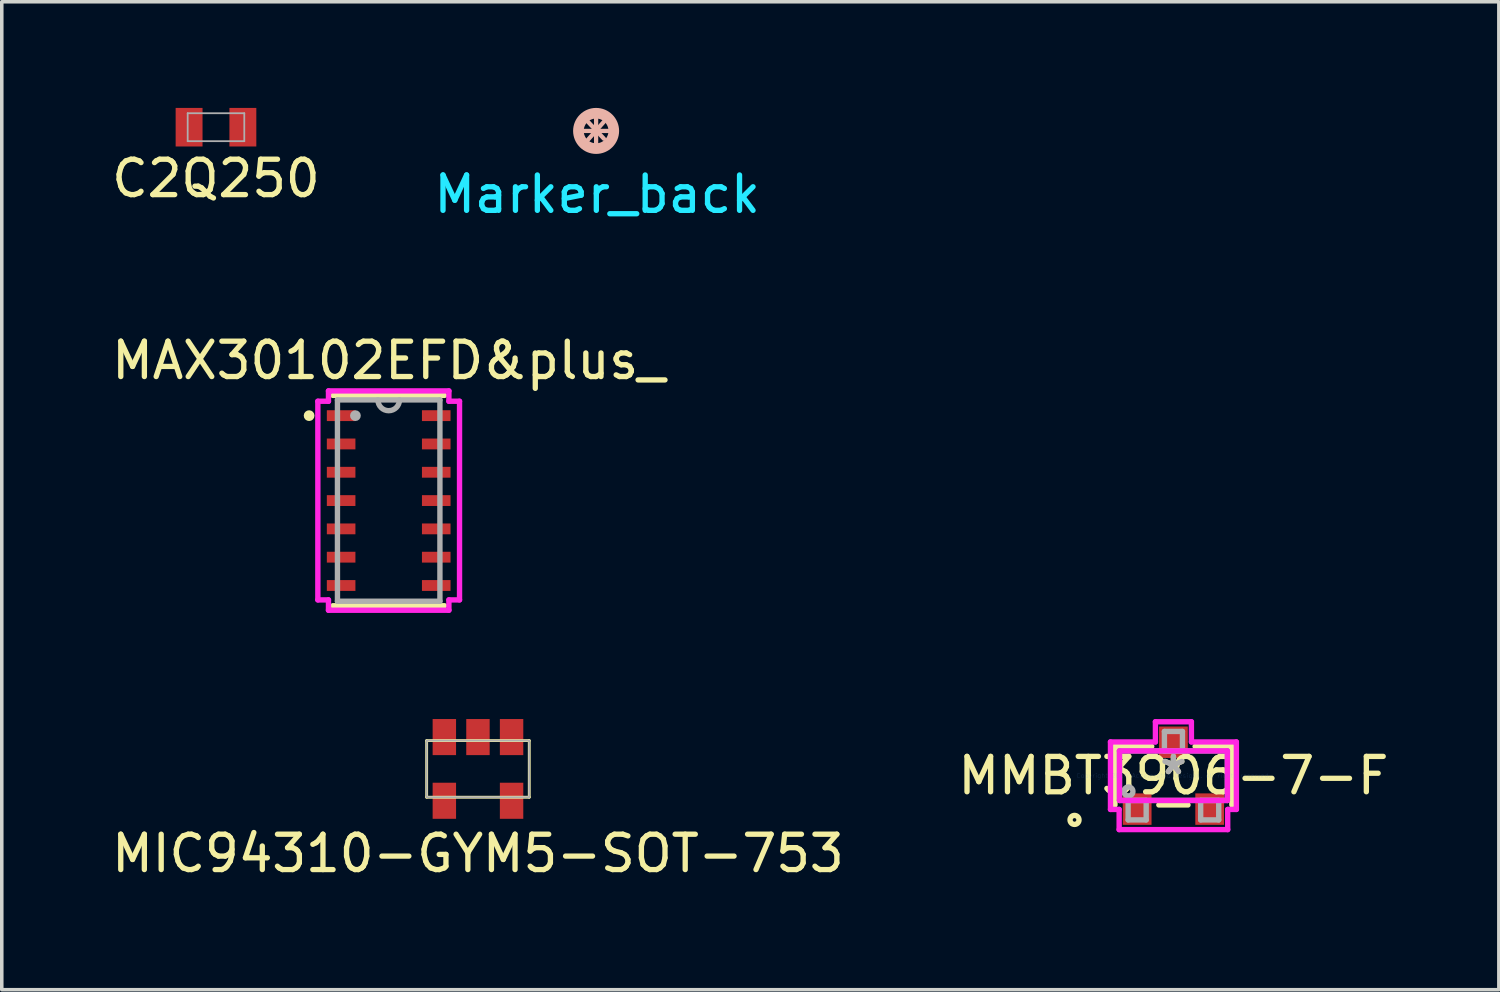
<source format=kicad_pcb>
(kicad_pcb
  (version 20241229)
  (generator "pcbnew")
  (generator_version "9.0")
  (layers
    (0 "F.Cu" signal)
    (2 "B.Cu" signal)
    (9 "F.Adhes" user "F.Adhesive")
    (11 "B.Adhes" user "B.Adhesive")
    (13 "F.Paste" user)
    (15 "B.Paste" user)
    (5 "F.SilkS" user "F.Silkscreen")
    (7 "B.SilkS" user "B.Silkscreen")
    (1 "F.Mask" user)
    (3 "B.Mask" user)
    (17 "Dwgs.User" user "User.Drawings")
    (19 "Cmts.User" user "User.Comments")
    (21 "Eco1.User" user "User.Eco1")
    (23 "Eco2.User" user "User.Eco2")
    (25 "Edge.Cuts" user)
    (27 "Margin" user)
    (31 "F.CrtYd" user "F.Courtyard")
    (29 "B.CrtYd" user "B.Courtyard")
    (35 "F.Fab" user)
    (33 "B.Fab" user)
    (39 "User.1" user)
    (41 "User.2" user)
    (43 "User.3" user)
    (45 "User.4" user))
  (footprint "MAX30102EFD&plus_"
    (layer "F.Cu")
    (at 7.935 11.097)
    (property "Reference" "MAX30102EFD&plus_" (at 0 -3.96 0) (layer "F.SilkS") (effects (font (size 1 1) (thickness 0.15))))
    (attr through_hole)
    (fp_line (start -1.575 2.972) (end 1.575 2.972) (stroke (width 0.152) (type solid)) (layer "F.SilkS"))
    (fp_line (start 1.575 -2.972) (end -1.575 -2.972) (stroke (width 0.152) (type solid)) (layer "F.SilkS"))
    (fp_circle (center -2.249 -2.4) (end -2.173 -2.4) (stroke (width 0.152) (type solid)) (fill no) (layer "F.SilkS"))
    (fp_line (start -2.002 -2.807) (end -1.702 -2.807) (stroke (width 0.152) (type solid)) (layer "F.CrtYd"))
    (fp_line (start -2.002 2.807) (end -2.002 -2.807) (stroke (width 0.152) (type solid)) (layer "F.CrtYd"))
    (fp_line (start -1.702 -3.099) (end 1.702 -3.099) (stroke (width 0.152) (type solid)) (layer "F.CrtYd"))
    (fp_line (start -1.702 -2.807) (end -1.702 -3.099) (stroke (width 0.152) (type solid)) (layer "F.CrtYd"))
    (fp_line (start -1.702 2.807) (end -2.002 2.807) (stroke (width 0.152) (type solid)) (layer "F.CrtYd"))
    (fp_line (start -1.702 3.099) (end -1.702 2.807) (stroke (width 0.152) (type solid)) (layer "F.CrtYd"))
    (fp_line (start 1.702 -3.099) (end 1.702 -2.807) (stroke (width 0.152) (type solid)) (layer "F.CrtYd"))
    (fp_line (start 1.702 -2.807) (end 2.002 -2.807) (stroke (width 0.152) (type solid)) (layer "F.CrtYd"))
    (fp_line (start 1.702 2.807) (end 1.702 3.099) (stroke (width 0.152) (type solid)) (layer "F.CrtYd"))
    (fp_line (start 1.702 3.099) (end -1.702 3.099) (stroke (width 0.152) (type solid)) (layer "F.CrtYd"))
    (fp_line (start 2.002 -2.807) (end 2.002 2.807) (stroke (width 0.152) (type solid)) (layer "F.CrtYd"))
    (fp_line (start 2.002 2.807) (end 1.702 2.807) (stroke (width 0.152) (type solid)) (layer "F.CrtYd"))
    (fp_line (start -1.448 -2.845) (end -1.448 2.845) (stroke (width 0.152) (type solid)) (layer "F.Fab"))
    (fp_line (start -1.448 2.845) (end 1.448 2.845) (stroke (width 0.152) (type solid)) (layer "F.Fab"))
    (fp_line (start 1.448 -2.845) (end -1.448 -2.845) (stroke (width 0.152) (type solid)) (layer "F.Fab"))
    (fp_line (start 1.448 2.845) (end 1.448 -2.845) (stroke (width 0.152) (type solid)) (layer "F.Fab"))
    (fp_arc (start 0.3048 -2.8448) (mid 0 -2.54) (end -0.3048 -2.8448) (stroke (width 0.1524) (type solid)) (layer "F.Fab"))
    (fp_circle (center -0.94 -2.4) (end -0.864 -2.4) (stroke (width 0.152) (type solid)) (fill no) (layer "F.Fab"))
    (pad "1" smd rect (at -1.344 -2.4) (size 0.808 0.306) (layers "F.Cu" "F.Mask" "F.Paste"))
    (pad "2" smd rect (at -1.344 -1.6) (size 0.808 0.306) (layers "F.Cu" "F.Mask" "F.Paste"))
    (pad "3" smd rect (at -1.344 -0.8) (size 0.808 0.306) (layers "F.Cu" "F.Mask" "F.Paste"))
    (pad "4" smd rect (at -1.344 0) (size 0.808 0.306) (layers "F.Cu" "F.Mask" "F.Paste"))
    (pad "5" smd rect (at -1.344 0.8) (size 0.808 0.306) (layers "F.Cu" "F.Mask" "F.Paste"))
    (pad "6" smd rect (at -1.344 1.6) (size 0.808 0.306) (layers "F.Cu" "F.Mask" "F.Paste"))
    (pad "7" smd rect (at -1.344 2.4) (size 0.808 0.306) (layers "F.Cu" "F.Mask" "F.Paste"))
    (pad "8" smd rect (at 1.344 2.4) (size 0.808 0.306) (layers "F.Cu" "F.Mask" "F.Paste"))
    (pad "9" smd rect (at 1.344 1.6) (size 0.808 0.306) (layers "F.Cu" "F.Mask" "F.Paste"))
    (pad "10" smd rect (at 1.344 0.8) (size 0.808 0.306) (layers "F.Cu" "F.Mask" "F.Paste"))
    (pad "11" smd rect (at 1.344 0) (size 0.808 0.306) (layers "F.Cu" "F.Mask" "F.Paste"))
    (pad "12" smd rect (at 1.344 -0.8) (size 0.808 0.306) (layers "F.Cu" "F.Mask" "F.Paste"))
    (pad "13" smd rect (at 1.344 -1.6) (size 0.808 0.306) (layers "F.Cu" "F.Mask" "F.Paste"))
    (pad "14" smd rect (at 1.344 -2.4) (size 0.808 0.306) (layers "F.Cu" "F.Mask" "F.Paste")))
  (footprint "C2Q250"
    (layer "F.Cu")
    (at 3.054 0.545)
    (property "Reference" "C2Q250" (at 0 1.45 0) (layer "F.SilkS") (effects (font (size 1 1) (thickness 0.15))))
    (attr through_hole)
    (fp_line (start -0.8 -0.395) (end -0.8 0.395) (stroke (width 0.05) (type solid)) (layer "F.Fab"))
    (fp_line (start -0.8 -0.395) (end 0.8 -0.395) (stroke (width 0.05) (type solid)) (layer "F.Fab"))
    (fp_line (start -0.8 0.395) (end 0.8 0.395) (stroke (width 0.05) (type solid)) (layer "F.Fab"))
    (fp_line (start 0.8 -0.395) (end 0.8 0.395) (stroke (width 0.05) (type solid)) (layer "F.Fab"))
    (pad "1" smd rect (at -0.76 0) (size 0.76 1.09) (layers "F.Cu" "F.Mask" "F.Paste"))
    (pad "2" smd rect (at 0.76 0) (size 0.76 1.09) (layers "F.Cu" "F.Mask" "F.Paste")))
  (footprint "MMBT3906-7-F"
    (layer "F.Cu")
    (at 30.113 18.872)
    (property "Reference" "MMBT3906-7-F" (at 0 0 0) (layer "F.SilkS") (effects (font (size 1 1) (thickness 0.15))))
    (attr through_hole)
    (fp_line (start -1.652 -0.827) (end -1.652 0.827) (stroke (width 0.152) (type solid)) (layer "F.SilkS"))
    (fp_line (start -0.613 -0.827) (end -1.652 -0.827) (stroke (width 0.152) (type solid)) (layer "F.SilkS"))
    (fp_line (start -0.412 0.827) (end 0.412 0.827) (stroke (width 0.152) (type solid)) (layer "F.SilkS"))
    (fp_line (start 1.652 -0.827) (end 0.613 -0.827) (stroke (width 0.152) (type solid)) (layer "F.SilkS"))
    (fp_line (start 1.652 0.827) (end 1.652 -0.827) (stroke (width 0.152) (type solid)) (layer "F.SilkS"))
    (fp_circle (center -2.795 1.25) (end -2.668 1.25) (stroke (width 0.152) (type solid)) (fill no) (layer "F.SilkS"))
    (fp_line (start -1.779 -0.954) (end -0.509 -0.954) (stroke (width 0.152) (type solid)) (layer "F.CrtYd"))
    (fp_line (start -1.779 0.954) (end -1.779 -0.954) (stroke (width 0.152) (type solid)) (layer "F.CrtYd"))
    (fp_line (start -1.534 0.954) (end -1.779 0.954) (stroke (width 0.152) (type solid)) (layer "F.CrtYd"))
    (fp_line (start -1.534 1.524) (end -1.534 0.954) (stroke (width 0.152) (type solid)) (layer "F.CrtYd"))
    (fp_line (start -1.525 -0.7) (end 1.525 -0.7) (stroke (width 0.152) (type solid)) (layer "F.CrtYd"))
    (fp_line (start -1.525 0.7) (end -1.525 -0.7) (stroke (width 0.152) (type solid)) (layer "F.CrtYd"))
    (fp_line (start -0.509 -1.524) (end 0.508 -1.524) (stroke (width 0.152) (type solid)) (layer "F.CrtYd"))
    (fp_line (start -0.509 -0.954) (end -0.509 -1.524) (stroke (width 0.152) (type solid)) (layer "F.CrtYd"))
    (fp_line (start 0.508 -1.524) (end 0.509 -0.954) (stroke (width 0.152) (type solid)) (layer "F.CrtYd"))
    (fp_line (start 0.509 -0.954) (end 1.779 -0.954) (stroke (width 0.152) (type solid)) (layer "F.CrtYd"))
    (fp_line (start 1.525 -0.7) (end 1.525 0.7) (stroke (width 0.152) (type solid)) (layer "F.CrtYd"))
    (fp_line (start 1.525 0.7) (end -1.525 0.7) (stroke (width 0.152) (type solid)) (layer "F.CrtYd"))
    (fp_line (start 1.534 0.954) (end 1.534 1.524) (stroke (width 0.152) (type solid)) (layer "F.CrtYd"))
    (fp_line (start 1.534 1.524) (end -1.534 1.524) (stroke (width 0.152) (type solid)) (layer "F.CrtYd"))
    (fp_line (start 1.779 -0.954) (end 1.779 0.954) (stroke (width 0.152) (type solid)) (layer "F.CrtYd"))
    (fp_line (start 1.779 0.954) (end 1.534 0.954) (stroke (width 0.152) (type solid)) (layer "F.CrtYd"))
    (fp_line (start -1.525 -0.7) (end -1.525 0.7) (stroke (width 0.152) (type solid)) (layer "F.Fab"))
    (fp_line (start -1.525 0.7) (end 1.525 0.7) (stroke (width 0.152) (type solid)) (layer "F.Fab"))
    (fp_line (start -1.28 0.7) (end -1.28 1.25) (stroke (width 0.152) (type solid)) (layer "F.Fab"))
    (fp_line (start -1.28 1.25) (end -0.77 1.25) (stroke (width 0.152) (type solid)) (layer "F.Fab"))
    (fp_line (start -0.77 0.7) (end -1.28 0.7) (stroke (width 0.152) (type solid)) (layer "F.Fab"))
    (fp_line (start -0.77 1.25) (end -0.77 0.7) (stroke (width 0.152) (type solid)) (layer "F.Fab"))
    (fp_line (start -0.255 -1.25) (end -0.255 -0.7) (stroke (width 0.152) (type solid)) (layer "F.Fab"))
    (fp_line (start -0.255 -0.7) (end 0.255 -0.7) (stroke (width 0.152) (type solid)) (layer "F.Fab"))
    (fp_line (start 0.255 -1.25) (end -0.255 -1.25) (stroke (width 0.152) (type solid)) (layer "F.Fab"))
    (fp_line (start 0.255 -0.7) (end 0.255 -1.25) (stroke (width 0.152) (type solid)) (layer "F.Fab"))
    (fp_line (start 0.77 0.7) (end 0.77 1.25) (stroke (width 0.152) (type solid)) (layer "F.Fab"))
    (fp_line (start 0.77 1.25) (end 1.28 1.25) (stroke (width 0.152) (type solid)) (layer "F.Fab"))
    (fp_line (start 1.28 0.7) (end 0.77 0.7) (stroke (width 0.152) (type solid)) (layer "F.Fab"))
    (fp_line (start 1.28 1.25) (end 1.28 0.7) (stroke (width 0.152) (type solid)) (layer "F.Fab"))
    (fp_line (start 1.525 -0.7) (end -1.525 -0.7) (stroke (width 0.152) (type solid)) (layer "F.Fab"))
    (fp_line (start 1.525 0.7) (end 1.525 -0.7) (stroke (width 0.152) (type solid)) (layer "F.Fab"))
    (fp_circle (center -1.271 0.446) (end -1.144 0.446) (stroke (width 0.152) (type solid)) (fill no) (layer "F.Fab"))
    (fp_text user "*" (at 0 0 0) (layer "F.SilkS") (effects (font (size 1 1) (thickness 0.15))))
    (fp_text user "Copyright 2016 Accelerated Designs. All rights reserved." (at 0 0 0) (layer "Cmts.User") (effects (font (size 0.127 0.127) (thickness 0.002))))
    (fp_text user "*" (at 0 0 0) (layer "F.Fab") (effects (font (size 1 1) (thickness 0.15))))
    (pad "1" smd rect (at -1.025 0.945) (size 0.813 0.889) (layers "F.Cu" "F.Mask" "F.Paste"))
    (pad "2" smd rect (at 1.025 0.945) (size 0.813 0.889) (layers "F.Cu" "F.Mask" "F.Paste"))
    (pad "3" smd rect (at 0 -0.945) (size 0.813 0.889) (layers "F.Cu" "F.Mask" "F.Paste")))
  (footprint "Marker_back"
    (layer "F.Cu")
    (at 13.797 0.65)
    (property "Reference" "Marker_back" (at 0.03 1.79 0) (layer "B.CrtYd") (effects (font (size 1 1) (thickness 0.15))))
    (attr through_hole)
    (fp_line (start -0.5 0) (end 0.5 0) (stroke (width 0.12) (type solid)) (layer "B.SilkS"))
    (fp_line (start -0.26 -0.29) (end 0.22 0.22) (stroke (width 0.12) (type solid)) (layer "B.SilkS"))
    (fp_line (start 0 -0.5) (end 0 0.5) (stroke (width 0.12) (type solid)) (layer "B.SilkS"))
    (fp_line (start 0.22 -0.26) (end -0.23 0.25) (stroke (width 0.12) (type solid)) (layer "B.SilkS"))
    (fp_circle (center 0 0) (end 0.5 0) (stroke (width 0.3) (type solid)) (fill no) (layer "B.SilkS")))
  (footprint "MIC94310-GYM5-SOT-753"
    (layer "F.Cu")
    (at 10.458 18.681)
    (property "Reference" "MIC94310-GYM5-SOT-753" (at 0 2.39 0) (layer "F.SilkS") (effects (font (size 1 1) (thickness 0.15))))
    (attr through_hole)
    (fp_line (start -1.45 -0.8) (end 1.45 -0.8) (stroke (width 0.08) (type solid)) (layer "F.SilkS"))
    (fp_line (start -1.45 0.8) (end -1.45 -0.8) (stroke (width 0.08) (type solid)) (layer "F.SilkS"))
    (fp_line (start -1.45 0.8) (end 1.45 0.8) (stroke (width 0.08) (type solid)) (layer "F.SilkS"))
    (fp_line (start 1.45 0.8) (end 1.45 -0.8) (stroke (width 0.08) (type solid)) (layer "F.SilkS"))
    (fp_line (start -1.45 -0.8) (end -1.45 0.8) (stroke (width 0.05) (type solid)) (layer "F.Fab"))
    (fp_line (start -1.45 0.8) (end 1.45 0.8) (stroke (width 0.05) (type solid)) (layer "F.Fab"))
    (fp_line (start 1.45 -0.8) (end -1.45 -0.8) (stroke (width 0.05) (type solid)) (layer "F.Fab"))
    (fp_line (start 1.45 0.8) (end 1.45 -0.8) (stroke (width 0.05) (type solid)) (layer "F.Fab"))
    (pad "1" smd rect (at 0.95 -0.9) (size 0.662 1.02) (layers "F.Cu" "F.Mask" "F.Paste"))
    (pad "2" smd rect (at 0 -0.9) (size 0.662 1.02) (layers "F.Cu" "F.Mask" "F.Paste"))
    (pad "3" smd rect (at -0.95 -0.9) (size 0.662 1.02) (layers "F.Cu" "F.Mask" "F.Paste"))
    (pad "4" smd rect (at -0.95 0.9) (size 0.662 1.02) (layers "F.Cu" "F.Mask" "F.Paste"))
    (pad "5" smd rect (at 0.95 0.9) (size 0.662 1.02) (layers "F.Cu" "F.Mask" "F.Paste")))
  (gr_rect
    (start -3 -3)
    (end 39.31 24.92)
    (stroke (width 0.1) (type default))
    (fill no)
    (layer "Edge.Cuts")))
</source>
